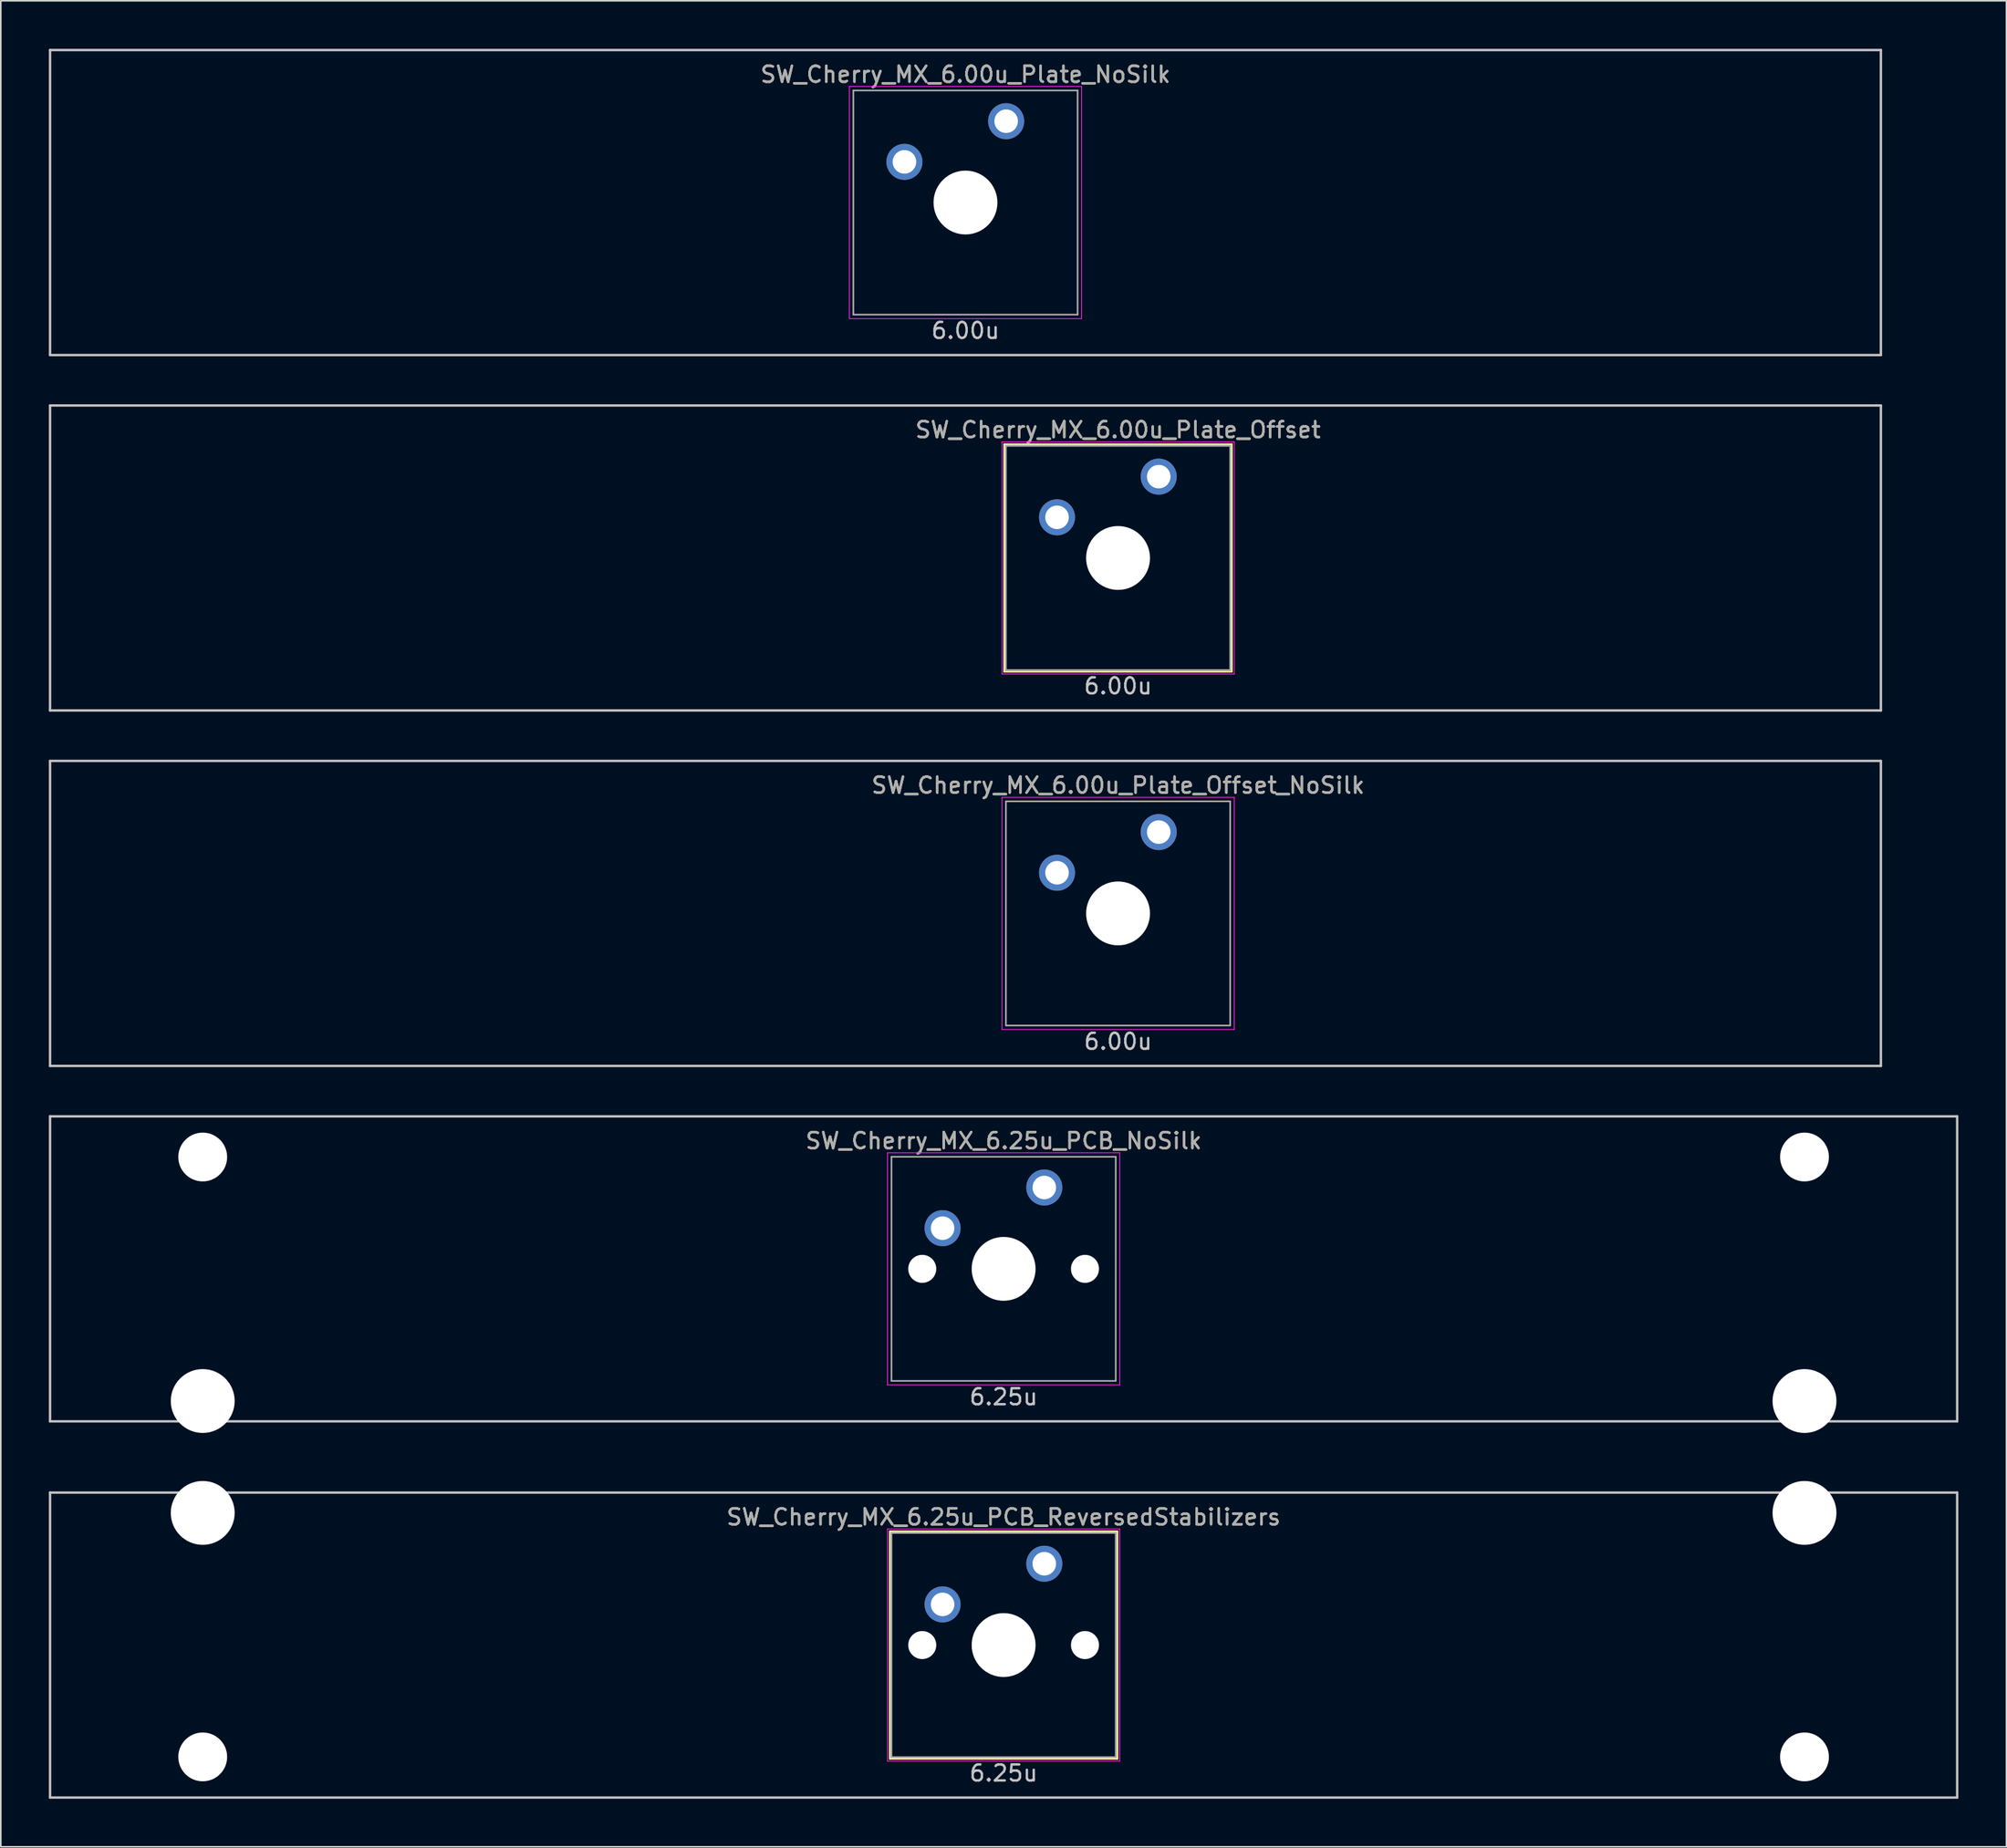
<source format=kicad_pcb>
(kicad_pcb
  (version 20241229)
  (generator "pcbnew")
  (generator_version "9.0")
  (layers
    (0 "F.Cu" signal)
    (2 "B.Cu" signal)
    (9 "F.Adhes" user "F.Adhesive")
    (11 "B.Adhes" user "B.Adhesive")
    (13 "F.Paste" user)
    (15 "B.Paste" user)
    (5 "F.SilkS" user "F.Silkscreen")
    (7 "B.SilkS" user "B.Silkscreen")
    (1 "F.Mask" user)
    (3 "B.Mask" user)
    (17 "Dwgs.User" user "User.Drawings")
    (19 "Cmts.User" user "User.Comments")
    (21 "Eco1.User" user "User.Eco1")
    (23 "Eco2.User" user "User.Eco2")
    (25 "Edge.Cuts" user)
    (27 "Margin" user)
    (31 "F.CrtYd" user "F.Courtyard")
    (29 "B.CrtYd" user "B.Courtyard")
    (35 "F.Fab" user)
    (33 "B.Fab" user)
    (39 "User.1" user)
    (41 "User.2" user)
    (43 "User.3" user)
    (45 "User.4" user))
  (footprint "SW_Cherry_MX_6.00u_Plate_Offset"
    (layer "F.Cu")
    (at 57.225 31.8)
    (property "Reference" "SW_Cherry_MX_6.00u_Plate_Offset" (at 9.525 -8 0) (layer "F.SilkS") (effects (font (size 1 1) (thickness 0.15))))
    (attr through_hole)
    (fp_line (start 2.425 -7.1) (end 16.625 -7.1) (stroke (width 0.12) (type solid)) (layer "F.SilkS"))
    (fp_line (start 2.425 7.1) (end 2.425 -7.1) (stroke (width 0.12) (type solid)) (layer "F.SilkS"))
    (fp_line (start 16.625 -7.1) (end 16.625 7.1) (stroke (width 0.12) (type solid)) (layer "F.SilkS"))
    (fp_line (start 16.625 7.1) (end 2.425 7.1) (stroke (width 0.12) (type solid)) (layer "F.SilkS"))
    (fp_line (start -57.15 -9.525) (end 57.15 -9.525) (stroke (width 0.15) (type solid)) (layer "Dwgs.User"))
    (fp_line (start -57.15 9.525) (end -57.15 -9.525) (stroke (width 0.15) (type solid)) (layer "Dwgs.User"))
    (fp_line (start -57.15 9.525) (end 57.15 9.525) (stroke (width 0.15) (type solid)) (layer "Dwgs.User"))
    (fp_line (start 57.15 -9.525) (end 57.15 9.525) (stroke (width 0.15) (type solid)) (layer "Dwgs.User"))
    (fp_line (start 2.28 -7.25) (end 16.78 -7.25) (stroke (width 0.05) (type solid)) (layer "F.CrtYd"))
    (fp_line (start 2.28 7.25) (end 2.28 -7.25) (stroke (width 0.05) (type solid)) (layer "F.CrtYd"))
    (fp_line (start 16.78 -7.25) (end 16.78 7.25) (stroke (width 0.05) (type solid)) (layer "F.CrtYd"))
    (fp_line (start 16.78 7.25) (end 2.28 7.25) (stroke (width 0.05) (type solid)) (layer "F.CrtYd"))
    (fp_line (start 2.525 -7) (end 16.525 -7) (stroke (width 0.1) (type solid)) (layer "F.Fab"))
    (fp_line (start 2.525 7) (end 2.525 -7) (stroke (width 0.1) (type solid)) (layer "F.Fab"))
    (fp_line (start 16.525 -7) (end 16.525 7) (stroke (width 0.1) (type solid)) (layer "F.Fab"))
    (fp_line (start 16.525 7) (end 2.525 7) (stroke (width 0.1) (type solid)) (layer "F.Fab"))
    (fp_text user "6.00u" (at 9.525 8 0) (layer "Dwgs.User") (effects (font (size 1 1) (thickness 0.15))))
    (fp_text user "${REFERENCE}" (at 9.525 -8 0) (layer "F.Fab") (effects (font (size 1 1) (thickness 0.15))))
    (pad "" np_thru_hole circle (at 9.525 0) (size 3.988 3.988) (drill 3.988) (layers "*.Cu" "*.Mask"))
    (pad "1" thru_hole circle (at 5.715 -2.54) (size 2.25 2.25) (drill 1.47) (layers "*.Cu" "B.Mask"))
    (pad "2" thru_hole circle (at 12.065 -5.08) (size 2.25 2.25) (drill 1.47) (layers "*.Cu" "B.Mask")))
  (footprint "SW_Cherry_MX_6.00u_Plate_NoSilk"
    (layer "F.Cu")
    (at 57.225 9.6)
    (property "Reference" "SW_Cherry_MX_6.00u_Plate_NoSilk" (at 0 -8 0) (layer "F.SilkS") (effects (font (size 1 1) (thickness 0.15))))
    (attr through_hole)
    (fp_line (start -57.15 -9.525) (end 57.15 -9.525) (stroke (width 0.15) (type solid)) (layer "Dwgs.User"))
    (fp_line (start -57.15 9.525) (end -57.15 -9.525) (stroke (width 0.15) (type solid)) (layer "Dwgs.User"))
    (fp_line (start -57.15 9.525) (end 57.15 9.525) (stroke (width 0.15) (type solid)) (layer "Dwgs.User"))
    (fp_line (start 57.15 -9.525) (end 57.15 9.525) (stroke (width 0.15) (type solid)) (layer "Dwgs.User"))
    (fp_line (start -7.25 -7.25) (end 7.25 -7.25) (stroke (width 0.05) (type solid)) (layer "F.CrtYd"))
    (fp_line (start -7.25 7.25) (end -7.25 -7.25) (stroke (width 0.05) (type solid)) (layer "F.CrtYd"))
    (fp_line (start 7.25 -7.25) (end 7.25 7.25) (stroke (width 0.05) (type solid)) (layer "F.CrtYd"))
    (fp_line (start 7.25 7.25) (end -7.25 7.25) (stroke (width 0.05) (type solid)) (layer "F.CrtYd"))
    (fp_line (start -7 -7) (end 7 -7) (stroke (width 0.1) (type solid)) (layer "F.Fab"))
    (fp_line (start -7 7) (end -7 -7) (stroke (width 0.1) (type solid)) (layer "F.Fab"))
    (fp_line (start 7 -7) (end 7 7) (stroke (width 0.1) (type solid)) (layer "F.Fab"))
    (fp_line (start 7 7) (end -7 7) (stroke (width 0.1) (type solid)) (layer "F.Fab"))
    (fp_text user "6.00u" (at 0 8 0) (layer "Dwgs.User") (effects (font (size 1 1) (thickness 0.15))))
    (fp_text user "${REFERENCE}" (at 0 -8 0) (layer "F.Fab") (effects (font (size 1 1) (thickness 0.15))))
    (pad "" np_thru_hole circle (at 0 0) (size 3.988 3.988) (drill 3.988) (layers "*.Cu" "*.Mask"))
    (pad "1" thru_hole circle (at -3.81 -2.54) (size 2.25 2.25) (drill 1.47) (layers "*.Cu" "B.Mask"))
    (pad "2" thru_hole circle (at 2.54 -5.08) (size 2.25 2.25) (drill 1.47) (layers "*.Cu" "B.Mask")))
  (footprint "SW_Cherry_MX_6.25u_PCB_ReversedStabilizers"
    (layer "F.Cu")
    (at 59.606 99.698)
    (property "Reference" "SW_Cherry_MX_6.25u_PCB_ReversedStabilizers" (at 0 -8 0) (layer "F.SilkS") (effects (font (size 1 1) (thickness 0.15))))
    (attr through_hole)
    (fp_line (start -7.1 -7.1) (end 7.1 -7.1) (stroke (width 0.12) (type solid)) (layer "F.SilkS"))
    (fp_line (start -7.1 7.1) (end -7.1 -7.1) (stroke (width 0.12) (type solid)) (layer "F.SilkS"))
    (fp_line (start 7.1 -7.1) (end 7.1 7.1) (stroke (width 0.12) (type solid)) (layer "F.SilkS"))
    (fp_line (start 7.1 7.1) (end -7.1 7.1) (stroke (width 0.12) (type solid)) (layer "F.SilkS"))
    (fp_line (start -59.531 -9.525) (end 59.531 -9.525) (stroke (width 0.15) (type solid)) (layer "Dwgs.User"))
    (fp_line (start -59.531 9.525) (end -59.531 -9.525) (stroke (width 0.15) (type solid)) (layer "Dwgs.User"))
    (fp_line (start -59.531 9.525) (end 59.531 9.525) (stroke (width 0.15) (type solid)) (layer "Dwgs.User"))
    (fp_line (start 59.531 -9.525) (end 59.531 9.525) (stroke (width 0.15) (type solid)) (layer "Dwgs.User"))
    (fp_line (start -7.25 -7.25) (end 7.25 -7.25) (stroke (width 0.05) (type solid)) (layer "F.CrtYd"))
    (fp_line (start -7.25 7.25) (end -7.25 -7.25) (stroke (width 0.05) (type solid)) (layer "F.CrtYd"))
    (fp_line (start 7.25 -7.25) (end 7.25 7.25) (stroke (width 0.05) (type solid)) (layer "F.CrtYd"))
    (fp_line (start 7.25 7.25) (end -7.25 7.25) (stroke (width 0.05) (type solid)) (layer "F.CrtYd"))
    (fp_line (start -7 -7) (end 7 -7) (stroke (width 0.1) (type solid)) (layer "F.Fab"))
    (fp_line (start -7 7) (end -7 -7) (stroke (width 0.1) (type solid)) (layer "F.Fab"))
    (fp_line (start 7 -7) (end 7 7) (stroke (width 0.1) (type solid)) (layer "F.Fab"))
    (fp_line (start 7 7) (end -7 7) (stroke (width 0.1) (type solid)) (layer "F.Fab"))
    (fp_text user "6.25u" (at 0 8 0) (layer "Dwgs.User") (effects (font (size 1 1) (thickness 0.15))))
    (fp_text user "${REFERENCE}" (at 0 -8 0) (layer "F.Fab") (effects (font (size 1 1) (thickness 0.15))))
    (pad "" np_thru_hole circle (at -50 -8.255) (size 3.988 3.988) (drill 3.988) (layers "*.Cu" "*.Mask"))
    (pad "" np_thru_hole circle (at -50 6.985) (size 3.048 3.048) (drill 3.048) (layers "*.Cu" "*.Mask"))
    (pad "" np_thru_hole circle (at -5.08 0 48.1) (size 1.75 1.75) (drill 1.75) (layers "*.Cu" "*.Mask"))
    (pad "" np_thru_hole circle (at 0 0) (size 3.988 3.988) (drill 3.988) (layers "*.Cu" "*.Mask"))
    (pad "" np_thru_hole circle (at 5.08 0 48.1) (size 1.75 1.75) (drill 1.75) (layers "*.Cu" "*.Mask"))
    (pad "" np_thru_hole circle (at 50 -8.255) (size 3.988 3.988) (drill 3.988) (layers "*.Cu" "*.Mask"))
    (pad "" np_thru_hole circle (at 50 6.985) (size 3.048 3.048) (drill 3.048) (layers "*.Cu" "*.Mask"))
    (pad "1" thru_hole circle (at -3.81 -2.54) (size 2.25 2.25) (drill 1.47) (layers "*.Cu" "B.Mask"))
    (pad "2" thru_hole circle (at 2.54 -5.08) (size 2.25 2.25) (drill 1.47) (layers "*.Cu" "B.Mask")))
  (footprint "SW_Cherry_MX_6.25u_PCB_NoSilk"
    (layer "F.Cu")
    (at 59.606 76.2)
    (property "Reference" "SW_Cherry_MX_6.25u_PCB_NoSilk" (at 0 -8 0) (layer "F.SilkS") (effects (font (size 1 1) (thickness 0.15))))
    (attr through_hole)
    (fp_line (start -59.531 -9.525) (end 59.531 -9.525) (stroke (width 0.15) (type solid)) (layer "Dwgs.User"))
    (fp_line (start -59.531 9.525) (end -59.531 -9.525) (stroke (width 0.15) (type solid)) (layer "Dwgs.User"))
    (fp_line (start -59.531 9.525) (end 59.531 9.525) (stroke (width 0.15) (type solid)) (layer "Dwgs.User"))
    (fp_line (start 59.531 -9.525) (end 59.531 9.525) (stroke (width 0.15) (type solid)) (layer "Dwgs.User"))
    (fp_line (start -7.25 -7.25) (end 7.25 -7.25) (stroke (width 0.05) (type solid)) (layer "F.CrtYd"))
    (fp_line (start -7.25 7.25) (end -7.25 -7.25) (stroke (width 0.05) (type solid)) (layer "F.CrtYd"))
    (fp_line (start 7.25 -7.25) (end 7.25 7.25) (stroke (width 0.05) (type solid)) (layer "F.CrtYd"))
    (fp_line (start 7.25 7.25) (end -7.25 7.25) (stroke (width 0.05) (type solid)) (layer "F.CrtYd"))
    (fp_line (start -7 -7) (end 7 -7) (stroke (width 0.1) (type solid)) (layer "F.Fab"))
    (fp_line (start -7 7) (end -7 -7) (stroke (width 0.1) (type solid)) (layer "F.Fab"))
    (fp_line (start 7 -7) (end 7 7) (stroke (width 0.1) (type solid)) (layer "F.Fab"))
    (fp_line (start 7 7) (end -7 7) (stroke (width 0.1) (type solid)) (layer "F.Fab"))
    (fp_text user "6.25u" (at 0 8 0) (layer "Dwgs.User") (effects (font (size 1 1) (thickness 0.15))))
    (fp_text user "${REFERENCE}" (at 0 -8 0) (layer "F.Fab") (effects (font (size 1 1) (thickness 0.15))))
    (pad "" np_thru_hole circle (at -50 -6.985) (size 3.048 3.048) (drill 3.048) (layers "*.Cu" "*.Mask"))
    (pad "" np_thru_hole circle (at -50 8.255) (size 3.988 3.988) (drill 3.988) (layers "*.Cu" "*.Mask"))
    (pad "" np_thru_hole circle (at -5.08 0 48.1) (size 1.75 1.75) (drill 1.75) (layers "*.Cu" "*.Mask"))
    (pad "" np_thru_hole circle (at 0 0) (size 3.988 3.988) (drill 3.988) (layers "*.Cu" "*.Mask"))
    (pad "" np_thru_hole circle (at 5.08 0 48.1) (size 1.75 1.75) (drill 1.75) (layers "*.Cu" "*.Mask"))
    (pad "" np_thru_hole circle (at 50 -6.985) (size 3.048 3.048) (drill 3.048) (layers "*.Cu" "*.Mask"))
    (pad "" np_thru_hole circle (at 50 8.255) (size 3.988 3.988) (drill 3.988) (layers "*.Cu" "*.Mask"))
    (pad "1" thru_hole circle (at -3.81 -2.54) (size 2.25 2.25) (drill 1.47) (layers "*.Cu" "B.Mask"))
    (pad "2" thru_hole circle (at 2.54 -5.08) (size 2.25 2.25) (drill 1.47) (layers "*.Cu" "B.Mask")))
  (footprint "SW_Cherry_MX_6.00u_Plate_Offset_NoSilk"
    (layer "F.Cu")
    (at 57.225 54)
    (property "Reference" "SW_Cherry_MX_6.00u_Plate_Offset_NoSilk" (at 9.525 -8 0) (layer "F.SilkS") (effects (font (size 1 1) (thickness 0.15))))
    (attr through_hole)
    (fp_line (start -57.15 -9.525) (end 57.15 -9.525) (stroke (width 0.15) (type solid)) (layer "Dwgs.User"))
    (fp_line (start -57.15 9.525) (end -57.15 -9.525) (stroke (width 0.15) (type solid)) (layer "Dwgs.User"))
    (fp_line (start -57.15 9.525) (end 57.15 9.525) (stroke (width 0.15) (type solid)) (layer "Dwgs.User"))
    (fp_line (start 57.15 -9.525) (end 57.15 9.525) (stroke (width 0.15) (type solid)) (layer "Dwgs.User"))
    (fp_line (start 2.28 -7.25) (end 16.78 -7.25) (stroke (width 0.05) (type solid)) (layer "F.CrtYd"))
    (fp_line (start 2.28 7.25) (end 2.28 -7.25) (stroke (width 0.05) (type solid)) (layer "F.CrtYd"))
    (fp_line (start 16.78 -7.25) (end 16.78 7.25) (stroke (width 0.05) (type solid)) (layer "F.CrtYd"))
    (fp_line (start 16.78 7.25) (end 2.28 7.25) (stroke (width 0.05) (type solid)) (layer "F.CrtYd"))
    (fp_line (start 2.525 -7) (end 16.525 -7) (stroke (width 0.1) (type solid)) (layer "F.Fab"))
    (fp_line (start 2.525 7) (end 2.525 -7) (stroke (width 0.1) (type solid)) (layer "F.Fab"))
    (fp_line (start 16.525 -7) (end 16.525 7) (stroke (width 0.1) (type solid)) (layer "F.Fab"))
    (fp_line (start 16.525 7) (end 2.525 7) (stroke (width 0.1) (type solid)) (layer "F.Fab"))
    (fp_text user "6.00u" (at 9.525 8 0) (layer "Dwgs.User") (effects (font (size 1 1) (thickness 0.15))))
    (fp_text user "${REFERENCE}" (at 9.525 -8 0) (layer "F.Fab") (effects (font (size 1 1) (thickness 0.15))))
    (pad "" np_thru_hole circle (at 9.525 0) (size 3.988 3.988) (drill 3.988) (layers "*.Cu" "*.Mask"))
    (pad "1" thru_hole circle (at 5.715 -2.54) (size 2.25 2.25) (drill 1.47) (layers "*.Cu" "B.Mask"))
    (pad "2" thru_hole circle (at 12.065 -5.08) (size 2.25 2.25) (drill 1.47) (layers "*.Cu" "B.Mask")))
  (gr_rect
    (start -3 -3)
    (end 122.213 112.298)
    (stroke (width 0.1) (type default))
    (fill no)
    (layer "Edge.Cuts")))
</source>
